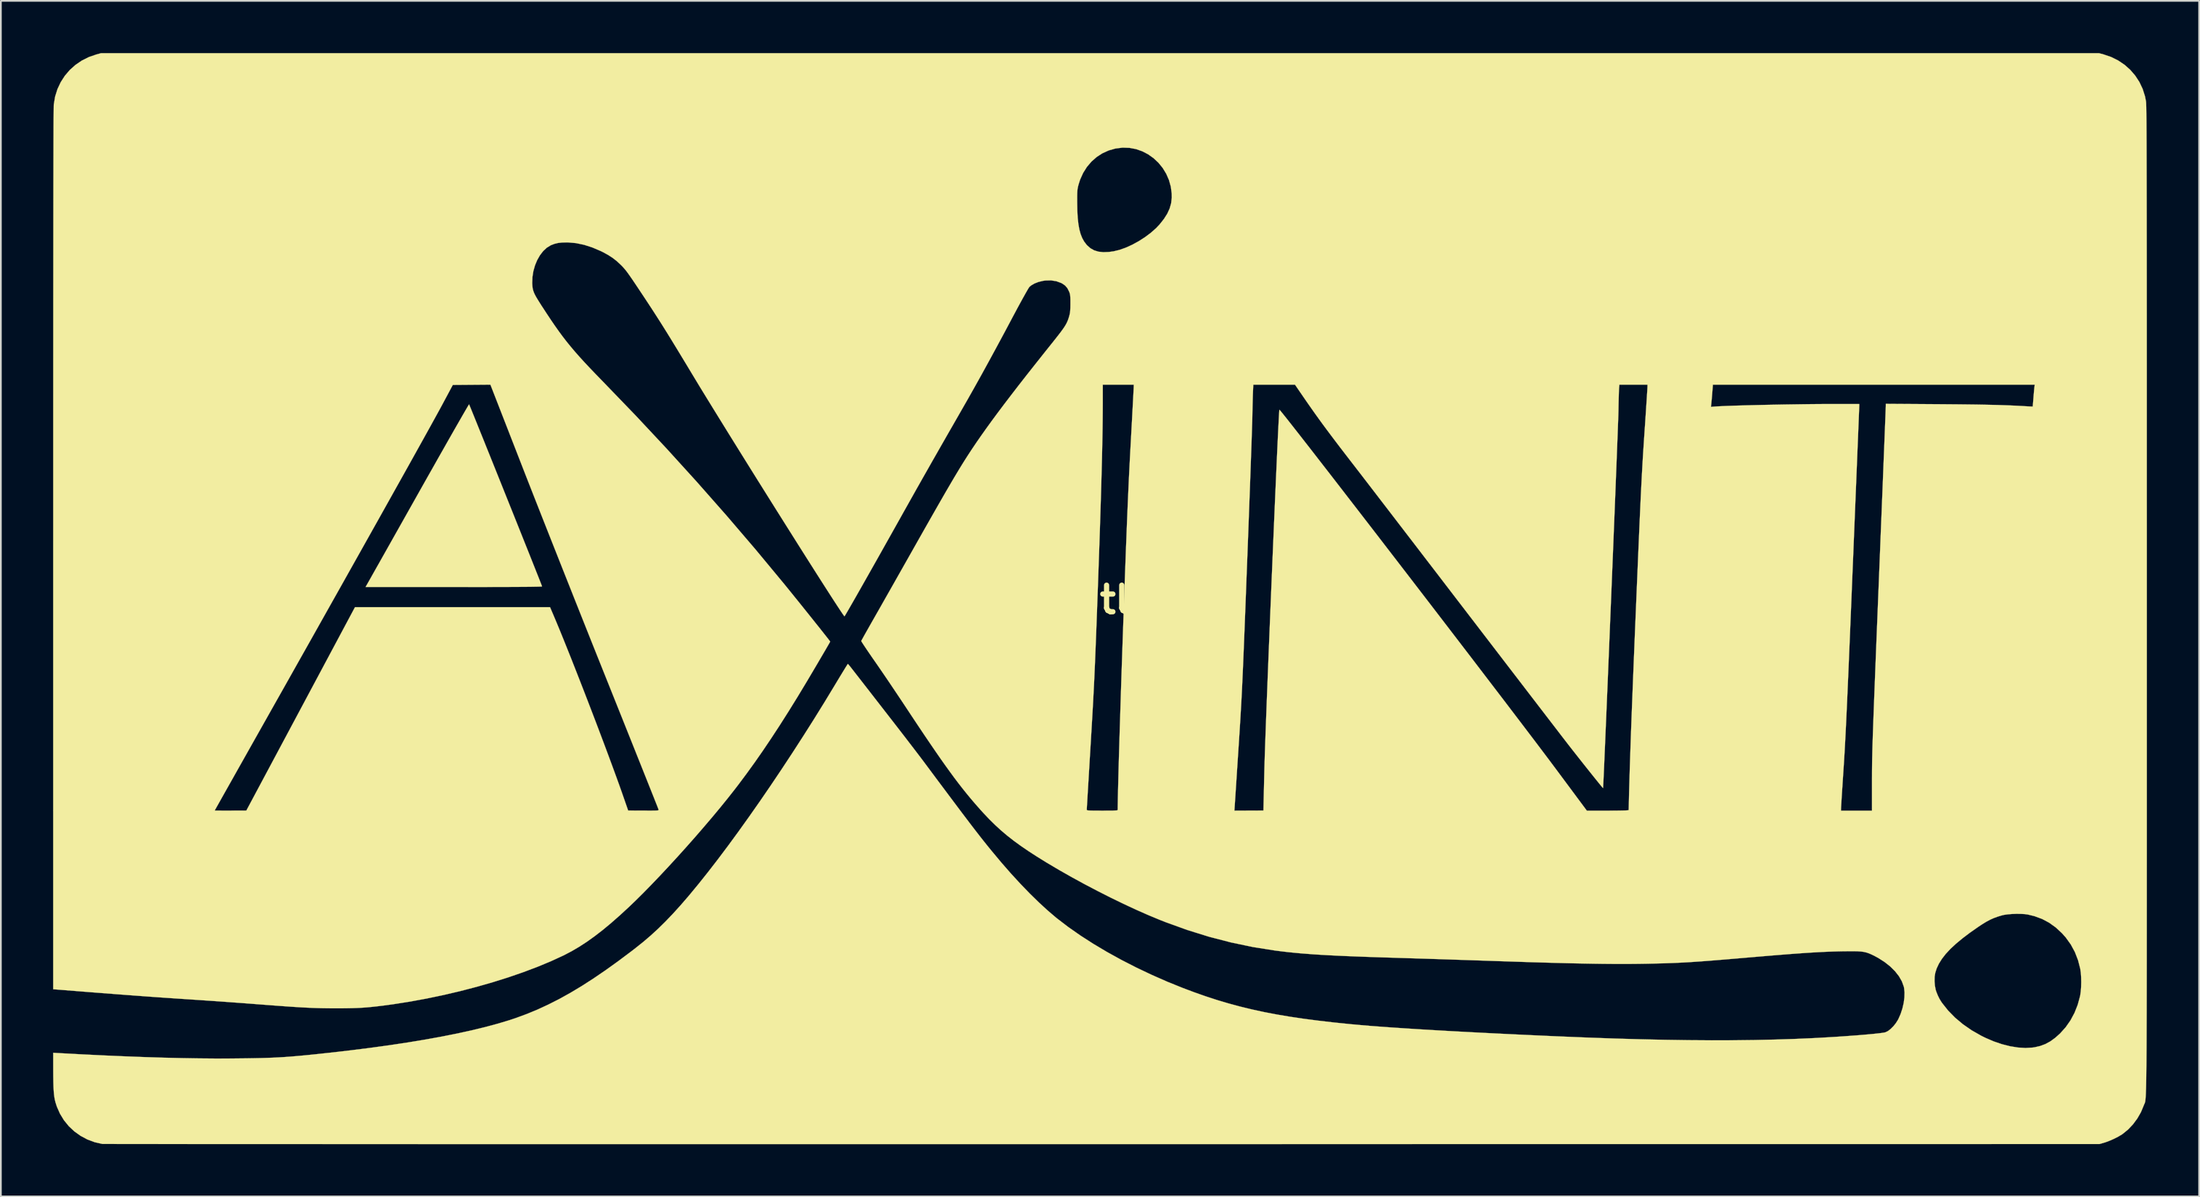
<source format=kicad_pcb>
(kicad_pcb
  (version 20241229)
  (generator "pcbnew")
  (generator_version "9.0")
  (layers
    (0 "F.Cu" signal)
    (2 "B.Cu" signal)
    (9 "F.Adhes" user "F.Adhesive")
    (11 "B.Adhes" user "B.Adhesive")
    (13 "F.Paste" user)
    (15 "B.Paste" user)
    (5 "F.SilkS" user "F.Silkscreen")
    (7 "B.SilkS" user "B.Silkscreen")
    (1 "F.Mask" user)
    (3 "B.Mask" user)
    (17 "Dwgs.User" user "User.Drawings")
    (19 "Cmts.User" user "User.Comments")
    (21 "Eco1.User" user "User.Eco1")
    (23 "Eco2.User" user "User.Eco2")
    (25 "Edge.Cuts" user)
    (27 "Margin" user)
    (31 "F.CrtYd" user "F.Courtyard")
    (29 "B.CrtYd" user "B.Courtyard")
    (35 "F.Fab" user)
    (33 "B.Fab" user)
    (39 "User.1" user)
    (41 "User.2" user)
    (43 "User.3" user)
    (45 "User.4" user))
  (footprint "Untitled"
    (layer "F.Cu")
    (at 60.013 31.39)
    (property "Reference" "Untitled" (at 0 0 0) (layer "F.SilkS") (effects (font (size 1.524 1.524) (thickness 0.3))))
    (attr through_hole)
    (fp_poly (pts (xy -36.116 -11.185) (xy -36.079 -11.098) (xy -36.022 -10.959) (xy -35.946 -10.772) (xy -35.852 -10.54) (xy -35.742 -10.268) (xy -35.617 -9.958) (xy -35.479 -9.616) (xy -35.328 -9.243) (xy -35.168 -8.843) (xy -34.998 -8.422) (xy -34.821 -7.981) (xy -34.638 -7.525) (xy -34.45 -7.057) (xy -34.259 -6.581) (xy -34.067 -6.101) (xy -33.874 -5.619) (xy -33.682 -5.141) (xy -33.493 -4.669) (xy -33.308 -4.207) (xy -33.129 -3.759) (xy -32.957 -3.328) (xy -32.793 -2.918) (xy -32.639 -2.532) (xy -32.497 -2.175) (xy -32.368 -1.85) (xy -32.253 -1.56) (xy -32.153 -1.31) (xy -32.071 -1.102) (xy -32.008 -0.94) (xy -31.964 -0.829) (xy -31.943 -0.771) (xy -31.941 -0.764) (xy -31.965 -0.759) (xy -32.039 -0.754) (xy -32.163 -0.75) (xy -32.34 -0.747) (xy -32.569 -0.743) (xy -32.851 -0.74) (xy -33.189 -0.738) (xy -33.583 -0.736) (xy -34.034 -0.734) (xy -34.544 -0.733) (xy -35.113 -0.732) (xy -35.742 -0.731) (xy -36.433 -0.73) (xy -37.008 -0.73) (xy -42.075 -0.73) (xy -42.015 -0.833) (xy -41.993 -0.871) (xy -41.942 -0.962) (xy -41.863 -1.102) (xy -41.757 -1.289) (xy -41.627 -1.521) (xy -41.473 -1.794) (xy -41.297 -2.105) (xy -41.102 -2.452) (xy -40.887 -2.833) (xy -40.656 -3.243) (xy -40.41 -3.681) (xy -40.149 -4.144) (xy -39.876 -4.629) (xy -39.593 -5.132) (xy -39.3 -5.652) (xy -39.054 -6.089) (xy -38.756 -6.619) (xy -38.466 -7.133) (xy -38.185 -7.629) (xy -37.917 -8.105) (xy -37.66 -8.557) (xy -37.419 -8.983) (xy -37.193 -9.38) (xy -36.985 -9.746) (xy -36.795 -10.078) (xy -36.626 -10.372) (xy -36.479 -10.628) (xy -36.356 -10.841) (xy -36.258 -11.009) (xy -36.187 -11.129) (xy -36.144 -11.199) (xy -36.13 -11.217) (xy -36.116 -11.185)) (stroke (width 0.01) (type solid)) (fill yes) (layer "F.SilkS"))
    (fp_poly (pts (xy 57.713 -31.315) (xy 58.147 -31.168) (xy 58.55 -30.968) (xy 58.917 -30.721) (xy 59.245 -30.43) (xy 59.531 -30.098) (xy 59.77 -29.732) (xy 59.959 -29.333) (xy 60.094 -28.907) (xy 60.151 -28.615) (xy 60.154 -28.592) (xy 60.156 -28.557) (xy 60.159 -28.511) (xy 60.161 -28.45) (xy 60.163 -28.375) (xy 60.166 -28.284) (xy 60.168 -28.176) (xy 60.17 -28.05) (xy 60.172 -27.904) (xy 60.173 -27.738) (xy 60.175 -27.549) (xy 60.177 -27.338) (xy 60.178 -27.102) (xy 60.18 -26.84) (xy 60.181 -26.552) (xy 60.183 -26.236) (xy 60.184 -25.891) (xy 60.185 -25.516) (xy 60.186 -25.109) (xy 60.187 -24.669) (xy 60.188 -24.196) (xy 60.189 -23.687) (xy 60.19 -23.142) (xy 60.191 -22.56) (xy 60.192 -21.939) (xy 60.192 -21.278) (xy 60.193 -20.576) (xy 60.194 -19.832) (xy 60.194 -19.044) (xy 60.195 -18.212) (xy 60.195 -17.333) (xy 60.196 -16.408) (xy 60.196 -15.434) (xy 60.196 -14.411) (xy 60.197 -13.337) (xy 60.197 -12.211) (xy 60.197 -11.032) (xy 60.197 -9.799) (xy 60.197 -8.51) (xy 60.197 -7.165) (xy 60.197 -5.762) (xy 60.198 -4.3) (xy 60.198 -2.777) (xy 60.198 -1.193) (xy 60.198 -0.064) (xy 60.198 1.558) (xy 60.198 3.118) (xy 60.198 4.617) (xy 60.198 6.056) (xy 60.198 7.436) (xy 60.198 8.759) (xy 60.198 10.026) (xy 60.198 11.238) (xy 60.198 12.396) (xy 60.198 13.502) (xy 60.198 14.557) (xy 60.197 15.562) (xy 60.197 16.518) (xy 60.197 17.426) (xy 60.196 18.289) (xy 60.196 19.106) (xy 60.195 19.88) (xy 60.195 20.611) (xy 60.194 21.3) (xy 60.193 21.95) (xy 60.192 22.561) (xy 60.191 23.134) (xy 60.19 23.671) (xy 60.188 24.173) (xy 60.186 24.64) (xy 60.185 25.076) (xy 60.183 25.479) (xy 60.181 25.853) (xy 60.178 26.197) (xy 60.176 26.514) (xy 60.173 26.804) (xy 60.17 27.069) (xy 60.167 27.31) (xy 60.164 27.528) (xy 60.16 27.724) (xy 60.157 27.9) (xy 60.153 28.057) (xy 60.148 28.196) (xy 60.144 28.319) (xy 60.139 28.426) (xy 60.134 28.518) (xy 60.129 28.598) (xy 60.123 28.666) (xy 60.117 28.724) (xy 60.111 28.772) (xy 60.104 28.813) (xy 60.098 28.846) (xy 60.09 28.874) (xy 60.083 28.898) (xy 60.075 28.918) (xy 60.067 28.937) (xy 60.058 28.955) (xy 60.049 28.974) (xy 60.04 28.994) (xy 60.03 29.018) (xy 60.021 29.044) (xy 59.863 29.423) (xy 59.655 29.787) (xy 59.406 30.124) (xy 59.124 30.423) (xy 58.816 30.674) (xy 58.759 30.713) (xy 58.561 30.831) (xy 58.325 30.952) (xy 58.076 31.062) (xy 57.839 31.152) (xy 57.737 31.184) (xy 57.483 31.257) (xy 0.191 31.261) (xy -1.718 31.261) (xy -3.611 31.261) (xy -5.489 31.261) (xy -7.349 31.262) (xy -9.191 31.262) (xy -11.015 31.262) (xy -12.818 31.262) (xy -14.6 31.262) (xy -16.36 31.262) (xy -18.097 31.262) (xy -19.81 31.262) (xy -21.498 31.262) (xy -23.16 31.262) (xy -24.795 31.262) (xy -26.402 31.262) (xy -27.979 31.261) (xy -29.527 31.261) (xy -31.044 31.261) (xy -32.528 31.261) (xy -33.979 31.261) (xy -35.397 31.261) (xy -36.779 31.261) (xy -38.125 31.261) (xy -39.434 31.26) (xy -40.705 31.26) (xy -41.937 31.26) (xy -43.129 31.26) (xy -44.28 31.26) (xy -45.389 31.259) (xy -46.454 31.259) (xy -47.475 31.259) (xy -48.452 31.259) (xy -49.382 31.258) (xy -50.265 31.258) (xy -51.1 31.258) (xy -51.886 31.258) (xy -52.622 31.257) (xy -53.306 31.257) (xy -53.939 31.257) (xy -54.518 31.256) (xy -55.044 31.256) (xy -55.514 31.256) (xy -55.928 31.255) (xy -56.285 31.255) (xy -56.583 31.254) (xy -56.823 31.254) (xy -57.002 31.254) (xy -57.121 31.253) (xy -57.177 31.253) (xy -57.182 31.253) (xy -57.627 31.152) (xy -58.047 30.995) (xy -58.438 30.786) (xy -58.796 30.53) (xy -59.115 30.23) (xy -59.392 29.889) (xy -59.622 29.511) (xy -59.802 29.101) (xy -59.879 28.857) (xy -59.913 28.719) (xy -59.941 28.568) (xy -59.963 28.397) (xy -59.98 28.2) (xy -59.992 27.968) (xy -60 27.695) (xy -60.005 27.372) (xy -60.007 27.003) (xy -60.008 26.019) (xy -59.619 26.04) (xy -58.314 26.11) (xy -57.069 26.171) (xy -55.882 26.222) (xy -54.749 26.265) (xy -53.668 26.299) (xy -52.635 26.323) (xy -51.649 26.339) (xy -50.707 26.347) (xy -49.805 26.346) (xy -49.435 26.342) (xy -48.947 26.337) (xy -48.508 26.33) (xy -48.108 26.322) (xy -47.737 26.311) (xy -47.387 26.298) (xy -47.049 26.281) (xy -46.713 26.261) (xy -46.37 26.236) (xy -46.012 26.206) (xy -45.628 26.171) (xy -45.211 26.13) (xy -44.75 26.082) (xy -44.237 26.026) (xy -44.148 26.017) (xy -42.949 25.879) (xy -41.797 25.734) (xy -40.693 25.582) (xy -39.639 25.423) (xy -38.638 25.257) (xy -37.689 25.085) (xy -36.795 24.907) (xy -35.957 24.723) (xy -35.177 24.533) (xy -34.457 24.338) (xy -33.797 24.139) (xy -33.429 24.016) (xy -32.809 23.787) (xy -32.191 23.531) (xy -31.572 23.244) (xy -30.945 22.926) (xy -30.309 22.572) (xy -29.657 22.181) (xy -28.986 21.749) (xy -28.291 21.275) (xy -27.568 20.756) (xy -26.813 20.19) (xy -26.575 20.006) (xy -26.13 19.651) (xy -25.702 19.285) (xy -25.282 18.9) (xy -24.864 18.489) (xy -24.439 18.046) (xy -24 17.562) (xy -23.54 17.03) (xy -23.476 16.954) (xy -22.956 16.324) (xy -22.411 15.64) (xy -21.845 14.908) (xy -21.262 14.132) (xy -20.664 13.315) (xy -20.055 12.463) (xy -19.437 11.581) (xy -18.814 10.672) (xy -18.188 9.74) (xy -17.563 8.791) (xy -16.942 7.829) (xy -16.327 6.858) (xy -15.723 5.883) (xy -15.145 4.929) (xy -14.992 4.675) (xy -14.849 4.438) (xy -14.719 4.224) (xy -14.605 4.038) (xy -14.512 3.886) (xy -14.441 3.774) (xy -14.397 3.705) (xy -14.383 3.686) (xy -14.358 3.71) (xy -14.303 3.774) (xy -14.229 3.865) (xy -14.177 3.931) (xy -13.666 4.587) (xy -13.193 5.195) (xy -12.757 5.757) (xy -12.356 6.273) (xy -11.989 6.746) (xy -11.654 7.177) (xy -11.352 7.568) (xy -11.079 7.921) (xy -10.836 8.238) (xy -10.62 8.519) (xy -10.431 8.767) (xy -10.266 8.983) (xy -10.126 9.169) (xy -10.025 9.303) (xy -9.617 9.851) (xy -9.244 10.352) (xy -8.903 10.807) (xy -8.594 11.221) (xy -8.313 11.596) (xy -8.058 11.936) (xy -7.827 12.244) (xy -7.616 12.522) (xy -7.425 12.775) (xy -7.25 13.004) (xy -7.089 13.213) (xy -6.94 13.406) (xy -6.801 13.585) (xy -6.668 13.754) (xy -6.54 13.915) (xy -6.415 14.072) (xy -6.289 14.228) (xy -6.16 14.386) (xy -6.111 14.446) (xy -5.561 15.104) (xy -5.012 15.732) (xy -4.467 16.325) (xy -3.93 16.88) (xy -3.407 17.391) (xy -2.902 17.854) (xy -2.419 18.265) (xy -2.365 18.308) (xy -1.729 18.795) (xy -1.036 19.28) (xy -0.292 19.759) (xy 0.496 20.228) (xy 1.324 20.685) (xy 2.183 21.125) (xy 3.068 21.545) (xy 3.973 21.943) (xy 4.829 22.289) (xy 5.501 22.542) (xy 6.163 22.775) (xy 6.82 22.989) (xy 7.48 23.185) (xy 8.147 23.365) (xy 8.828 23.53) (xy 9.53 23.682) (xy 10.258 23.821) (xy 11.019 23.949) (xy 11.818 24.067) (xy 12.662 24.177) (xy 13.557 24.28) (xy 14.508 24.377) (xy 14.557 24.382) (xy 15.045 24.426) (xy 15.593 24.472) (xy 16.202 24.518) (xy 16.868 24.566) (xy 17.589 24.614) (xy 18.364 24.664) (xy 19.191 24.713) (xy 20.068 24.764) (xy 20.992 24.814) (xy 21.963 24.865) (xy 22.977 24.916) (xy 24.033 24.967) (xy 25.129 25.018) (xy 26.263 25.069) (xy 26.543 25.081) (xy 28.131 25.146) (xy 29.659 25.2) (xy 31.128 25.242) (xy 32.541 25.273) (xy 33.901 25.293) (xy 35.209 25.302) (xy 36.468 25.299) (xy 37.679 25.285) (xy 38.845 25.259) (xy 39.968 25.223) (xy 41.021 25.177) (xy 41.455 25.154) (xy 41.89 25.129) (xy 42.32 25.103) (xy 42.74 25.075) (xy 43.144 25.046) (xy 43.528 25.018) (xy 43.886 24.989) (xy 44.212 24.96) (xy 44.502 24.933) (xy 44.751 24.906) (xy 44.952 24.882) (xy 45.101 24.86) (xy 45.192 24.84) (xy 45.196 24.838) (xy 45.337 24.769) (xy 45.489 24.651) (xy 45.643 24.498) (xy 45.786 24.32) (xy 45.907 24.13) (xy 45.932 24.082) (xy 46.062 23.788) (xy 46.165 23.474) (xy 46.239 23.154) (xy 46.28 22.841) (xy 46.288 22.547) (xy 46.26 22.287) (xy 46.244 22.216) (xy 46.135 21.917) (xy 46.128 21.904) (xy 48.009 21.904) (xy 48.03 22.162) (xy 48.076 22.401) (xy 48.115 22.521) (xy 48.201 22.733) (xy 48.286 22.907) (xy 48.382 23.066) (xy 48.443 23.157) (xy 48.789 23.593) (xy 49.189 24.002) (xy 49.643 24.382) (xy 50.145 24.729) (xy 50.694 25.042) (xy 50.929 25.158) (xy 51.405 25.363) (xy 51.881 25.525) (xy 52.348 25.643) (xy 52.801 25.716) (xy 53.231 25.742) (xy 53.631 25.719) (xy 53.768 25.699) (xy 54.086 25.625) (xy 54.38 25.514) (xy 54.659 25.361) (xy 54.936 25.16) (xy 55.221 24.905) (xy 55.225 24.9) (xy 55.54 24.55) (xy 55.815 24.156) (xy 56.046 23.725) (xy 56.229 23.264) (xy 56.36 22.783) (xy 56.374 22.717) (xy 56.405 22.497) (xy 56.425 22.237) (xy 56.432 21.958) (xy 56.426 21.68) (xy 56.409 21.423) (xy 56.378 21.207) (xy 56.378 21.203) (xy 56.249 20.7) (xy 56.068 20.232) (xy 55.833 19.798) (xy 55.544 19.396) (xy 55.328 19.153) (xy 54.972 18.822) (xy 54.592 18.549) (xy 54.186 18.333) (xy 53.75 18.172) (xy 53.365 18.078) (xy 53.181 18.053) (xy 52.956 18.041) (xy 52.708 18.039) (xy 52.456 18.048) (xy 52.218 18.067) (xy 52.012 18.096) (xy 51.895 18.122) (xy 51.643 18.197) (xy 51.415 18.28) (xy 51.197 18.377) (xy 50.974 18.497) (xy 50.73 18.647) (xy 50.521 18.786) (xy 50.035 19.126) (xy 49.608 19.45) (xy 49.236 19.759) (xy 48.917 20.056) (xy 48.65 20.344) (xy 48.432 20.625) (xy 48.259 20.902) (xy 48.131 21.176) (xy 48.05 21.431) (xy 48.015 21.652) (xy 48.009 21.904) (xy 46.128 21.904) (xy 45.967 21.622) (xy 45.743 21.336) (xy 45.469 21.064) (xy 45.148 20.809) (xy 44.785 20.576) (xy 44.546 20.447) (xy 44.382 20.368) (xy 44.236 20.306) (xy 44.096 20.259) (xy 43.952 20.225) (xy 43.791 20.203) (xy 43.603 20.19) (xy 43.376 20.185) (xy 43.099 20.185) (xy 43.037 20.186) (xy 42.752 20.189) (xy 42.469 20.195) (xy 42.183 20.203) (xy 41.89 20.214) (xy 41.584 20.227) (xy 41.262 20.244) (xy 40.917 20.264) (xy 40.545 20.288) (xy 40.142 20.317) (xy 39.702 20.349) (xy 39.221 20.387) (xy 38.693 20.43) (xy 38.115 20.478) (xy 37.48 20.532) (xy 37.148 20.56) (xy 36.579 20.609) (xy 36.068 20.652) (xy 35.607 20.69) (xy 35.191 20.724) (xy 34.813 20.753) (xy 34.466 20.778) (xy 34.145 20.8) (xy 33.843 20.819) (xy 33.554 20.835) (xy 33.271 20.849) (xy 32.989 20.861) (xy 32.7 20.871) (xy 32.399 20.881) (xy 32.08 20.889) (xy 31.833 20.896) (xy 31.456 20.904) (xy 31.074 20.91) (xy 30.683 20.914) (xy 30.28 20.916) (xy 29.861 20.916) (xy 29.422 20.914) (xy 28.96 20.91) (xy 28.471 20.903) (xy 27.953 20.894) (xy 27.4 20.883) (xy 26.811 20.869) (xy 26.181 20.853) (xy 25.507 20.834) (xy 24.785 20.813) (xy 24.012 20.788) (xy 23.184 20.761) (xy 22.298 20.731) (xy 21.86 20.716) (xy 21.434 20.702) (xy 20.956 20.686) (xy 20.439 20.669) (xy 19.894 20.651) (xy 19.334 20.633) (xy 18.77 20.615) (xy 18.216 20.598) (xy 17.681 20.581) (xy 17.179 20.566) (xy 16.939 20.558) (xy 16.191 20.535) (xy 15.503 20.512) (xy 14.869 20.489) (xy 14.285 20.466) (xy 13.746 20.442) (xy 13.249 20.417) (xy 12.789 20.391) (xy 12.36 20.364) (xy 11.96 20.334) (xy 11.582 20.304) (xy 11.224 20.27) (xy 10.879 20.235) (xy 10.544 20.196) (xy 10.215 20.155) (xy 10.128 20.143) (xy 8.868 19.943) (xy 7.613 19.68) (xy 6.362 19.356) (xy 5.112 18.968) (xy 3.864 18.517) (xy 3.525 18.384) (xy 2.87 18.112) (xy 2.176 17.805) (xy 1.452 17.469) (xy 0.709 17.108) (xy -0.043 16.727) (xy -0.794 16.333) (xy -1.533 15.929) (xy -2.252 15.521) (xy -2.939 15.114) (xy -2.983 15.088) (xy -3.522 14.754) (xy -4.01 14.438) (xy -4.454 14.135) (xy -4.86 13.839) (xy -5.237 13.544) (xy -5.591 13.244) (xy -5.929 12.934) (xy -6.26 12.608) (xy -6.589 12.261) (xy -6.694 12.145) (xy -6.765 12.065) (xy -0.667 12.065) (xy -0.66 12.079) (xy -0.635 12.09) (xy -0.584 12.099) (xy -0.502 12.105) (xy -0.382 12.109) (xy -0.217 12.111) (xy -0.001 12.112) (xy 0.222 12.113) (xy 7.811 12.113) (xy 7.841 12.113) (xy 7.927 12.112) (xy 8.059 12.112) (xy 8.23 12.111) (xy 8.431 12.11) (xy 8.644 12.109) (xy 9.477 12.106) (xy 9.531 9.792) (xy 9.537 9.573) (xy 9.545 9.303) (xy 9.555 8.984) (xy 9.567 8.619) (xy 9.581 8.212) (xy 9.597 7.765) (xy 9.615 7.28) (xy 9.634 6.761) (xy 9.655 6.21) (xy 9.677 5.631) (xy 9.701 5.027) (xy 9.725 4.399) (xy 9.751 3.751) (xy 9.777 3.086) (xy 9.805 2.407) (xy 9.833 1.716) (xy 9.861 1.017) (xy 9.89 0.312) (xy 9.919 -0.396) (xy 9.948 -1.104) (xy 9.978 -1.809) (xy 10.007 -2.508) (xy 10.036 -3.199) (xy 10.065 -3.878) (xy 10.093 -4.543) (xy 10.121 -5.191) (xy 10.148 -5.819) (xy 10.175 -6.424) (xy 10.2 -7.003) (xy 10.225 -7.554) (xy 10.248 -8.074) (xy 10.27 -8.559) (xy 10.291 -9.007) (xy 10.31 -9.414) (xy 10.328 -9.779) (xy 10.344 -10.099) (xy 10.358 -10.369) (xy 10.37 -10.589) (xy 10.38 -10.754) (xy 10.387 -10.861) (xy 10.393 -10.909) (xy 10.394 -10.911) (xy 10.416 -10.89) (xy 10.476 -10.821) (xy 10.571 -10.705) (xy 10.699 -10.545) (xy 10.861 -10.342) (xy 11.053 -10.098) (xy 11.274 -9.816) (xy 11.524 -9.498) (xy 11.799 -9.145) (xy 12.1 -8.76) (xy 12.423 -8.344) (xy 12.768 -7.899) (xy 13.134 -7.428) (xy 13.518 -6.932) (xy 13.919 -6.414) (xy 14.335 -5.875) (xy 14.766 -5.318) (xy 15.209 -4.744) (xy 15.663 -4.156) (xy 16.126 -3.555) (xy 16.597 -2.943) (xy 17.075 -2.323) (xy 17.557 -1.696) (xy 18.043 -1.064) (xy 18.53 -0.43) (xy 19.018 0.205) (xy 19.504 0.838) (xy 19.987 1.468) (xy 20.466 2.093) (xy 20.939 2.71) (xy 21.405 3.318) (xy 21.861 3.915) (xy 22.307 4.499) (xy 22.741 5.067) (xy 23.162 5.617) (xy 23.567 6.149) (xy 23.955 6.659) (xy 24.326 7.146) (xy 24.676 7.608) (xy 25.006 8.042) (xy 25.312 8.447) (xy 25.594 8.821) (xy 25.851 9.162) (xy 26.079 9.467) (xy 26.279 9.735) (xy 26.288 9.747) (xy 28.046 12.113) (xy 29.247 12.113) (xy 29.59 12.112) (xy 29.878 12.109) (xy 30.109 12.105) (xy 30.282 12.1) (xy 30.394 12.092) (xy 30.446 12.084) (xy 30.449 12.081) (xy 30.458 11.676) (xy 30.468 11.251) (xy 30.479 10.804) (xy 30.493 10.332) (xy 30.508 9.833) (xy 30.525 9.302) (xy 30.544 8.739) (xy 30.564 8.14) (xy 30.587 7.501) (xy 30.612 6.822) (xy 30.64 6.098) (xy 30.67 5.327) (xy 30.702 4.507) (xy 30.737 3.634) (xy 30.775 2.706) (xy 30.815 1.72) (xy 30.859 0.674) (xy 30.86 0.651) (xy 30.895 -0.195) (xy 30.928 -0.982) (xy 30.959 -1.711) (xy 30.987 -2.387) (xy 31.014 -3.013) (xy 31.039 -3.591) (xy 31.062 -4.126) (xy 31.084 -4.621) (xy 31.105 -5.079) (xy 31.124 -5.503) (xy 31.142 -5.896) (xy 31.16 -6.263) (xy 31.177 -6.606) (xy 31.194 -6.928) (xy 31.21 -7.233) (xy 31.226 -7.524) (xy 31.242 -7.805) (xy 31.258 -8.078) (xy 31.274 -8.347) (xy 31.291 -8.616) (xy 31.309 -8.887) (xy 31.327 -9.164) (xy 31.346 -9.451) (xy 31.352 -9.541) (xy 31.38 -9.942) (xy 31.406 -10.327) (xy 31.43 -10.69) (xy 31.452 -11.027) (xy 31.455 -11.074) (xy 35.17 -11.074) (xy 35.405 -11.094) (xy 35.566 -11.104) (xy 35.786 -11.115) (xy 36.057 -11.127) (xy 36.374 -11.138) (xy 36.732 -11.15) (xy 37.125 -11.161) (xy 37.546 -11.172) (xy 37.99 -11.183) (xy 38.451 -11.193) (xy 38.924 -11.202) (xy 39.403 -11.211) (xy 39.882 -11.218) (xy 40.354 -11.225) (xy 40.815 -11.231) (xy 41.259 -11.235) (xy 41.679 -11.238) (xy 42.071 -11.239) (xy 42.156 -11.239) (xy 43.688 -11.239) (xy 43.688 -11.161) (xy 43.687 -11.123) (xy 43.683 -11.024) (xy 43.677 -10.867) (xy 43.668 -10.654) (xy 43.658 -10.388) (xy 43.645 -10.07) (xy 43.63 -9.704) (xy 43.614 -9.292) (xy 43.595 -8.837) (xy 43.575 -8.341) (xy 43.554 -7.806) (xy 43.53 -7.236) (xy 43.506 -6.632) (xy 43.48 -5.998) (xy 43.453 -5.334) (xy 43.425 -4.646) (xy 43.396 -3.933) (xy 43.366 -3.2) (xy 43.336 -2.448) (xy 43.307 -1.755) (xy 43.268 -0.8) (xy 43.232 0.095) (xy 43.197 0.932) (xy 43.165 1.713) (xy 43.135 2.441) (xy 43.106 3.119) (xy 43.08 3.749) (xy 43.055 4.335) (xy 43.031 4.879) (xy 43.009 5.382) (xy 42.989 5.849) (xy 42.969 6.282) (xy 42.95 6.683) (xy 42.933 7.055) (xy 42.916 7.401) (xy 42.9 7.724) (xy 42.884 8.025) (xy 42.869 8.308) (xy 42.854 8.575) (xy 42.84 8.829) (xy 42.825 9.073) (xy 42.811 9.309) (xy 42.796 9.54) (xy 42.783 9.731) (xy 42.759 10.099) (xy 42.736 10.449) (xy 42.715 10.778) (xy 42.695 11.079) (xy 42.678 11.348) (xy 42.664 11.578) (xy 42.653 11.764) (xy 42.645 11.9) (xy 42.641 11.982) (xy 42.64 12.002) (xy 42.64 12.113) (xy 44.418 12.113) (xy 44.418 10.422) (xy 44.418 10.258) (xy 44.419 10.1) (xy 44.419 9.945) (xy 44.42 9.791) (xy 44.422 9.635) (xy 44.424 9.474) (xy 44.426 9.306) (xy 44.429 9.129) (xy 44.434 8.94) (xy 44.438 8.737) (xy 44.444 8.518) (xy 44.451 8.279) (xy 44.46 8.019) (xy 44.469 7.734) (xy 44.48 7.424) (xy 44.492 7.084) (xy 44.505 6.713) (xy 44.52 6.308) (xy 44.537 5.866) (xy 44.555 5.386) (xy 44.576 4.865) (xy 44.598 4.3) (xy 44.622 3.689) (xy 44.648 3.03) (xy 44.676 2.319) (xy 44.707 1.555) (xy 44.74 0.735) (xy 44.775 -0.144) (xy 44.813 -1.083) (xy 44.815 -1.146) (xy 44.847 -1.934) (xy 44.878 -2.707) (xy 44.908 -3.462) (xy 44.937 -4.196) (xy 44.966 -4.907) (xy 44.993 -5.592) (xy 45.02 -6.249) (xy 45.045 -6.875) (xy 45.068 -7.469) (xy 45.09 -8.027) (xy 45.111 -8.547) (xy 45.13 -9.027) (xy 45.147 -9.465) (xy 45.163 -9.857) (xy 45.176 -10.201) (xy 45.188 -10.496) (xy 45.197 -10.737) (xy 45.204 -10.924) (xy 45.209 -11.054) (xy 45.212 -11.124) (xy 45.212 -11.135) (xy 45.212 -11.249) (xy 48.109 -11.23) (xy 48.762 -11.225) (xy 49.357 -11.22) (xy 49.898 -11.214) (xy 50.392 -11.208) (xy 50.843 -11.2) (xy 51.257 -11.191) (xy 51.639 -11.182) (xy 51.994 -11.17) (xy 52.328 -11.158) (xy 52.645 -11.144) (xy 52.95 -11.128) (xy 53.181 -11.115) (xy 53.344 -11.106) (xy 53.483 -11.098) (xy 53.585 -11.094) (xy 53.64 -11.092) (xy 53.646 -11.092) (xy 53.65 -11.124) (xy 53.657 -11.207) (xy 53.668 -11.331) (xy 53.68 -11.485) (xy 53.686 -11.557) (xy 53.7 -11.738) (xy 53.715 -11.911) (xy 53.728 -12.059) (xy 53.739 -12.166) (xy 53.741 -12.184) (xy 53.762 -12.351) (xy 44.523 -12.351) (xy 35.284 -12.351) (xy 35.246 -11.867) (xy 35.231 -11.684) (xy 35.216 -11.51) (xy 35.202 -11.362) (xy 35.192 -11.255) (xy 35.189 -11.228) (xy 35.17 -11.074) (xy 31.455 -11.074) (xy 31.472 -11.333) (xy 31.49 -11.603) (xy 31.504 -11.831) (xy 31.516 -12.013) (xy 31.523 -12.144) (xy 31.527 -12.218) (xy 31.528 -12.232) (xy 31.528 -12.351) (xy 29.914 -12.351) (xy 29.896 -12.152) (xy 29.892 -12.073) (xy 29.886 -11.94) (xy 29.881 -11.761) (xy 29.875 -11.545) (xy 29.869 -11.303) (xy 29.864 -11.043) (xy 29.861 -10.858) (xy 29.858 -10.762) (xy 29.854 -10.608) (xy 29.847 -10.399) (xy 29.837 -10.138) (xy 29.826 -9.828) (xy 29.813 -9.471) (xy 29.797 -9.071) (xy 29.78 -8.63) (xy 29.762 -8.15) (xy 29.742 -7.636) (xy 29.72 -7.089) (xy 29.698 -6.512) (xy 29.674 -5.908) (xy 29.649 -5.28) (xy 29.623 -4.632) (xy 29.596 -3.964) (xy 29.569 -3.281) (xy 29.541 -2.585) (xy 29.512 -1.88) (xy 29.483 -1.167) (xy 29.454 -0.449) (xy 29.425 0.27) (xy 29.395 0.988) (xy 29.366 1.702) (xy 29.337 2.409) (xy 29.309 3.106) (xy 29.28 3.791) (xy 29.253 4.461) (xy 29.226 5.112) (xy 29.199 5.743) (xy 29.174 6.35) (xy 29.15 6.931) (xy 29.126 7.482) (xy 29.104 8.002) (xy 29.084 8.486) (xy 29.064 8.933) (xy 29.047 9.34) (xy 29.031 9.703) (xy 29.017 10.02) (xy 29.005 10.288) (xy 28.994 10.504) (xy 28.986 10.666) (xy 28.981 10.771) (xy 28.977 10.815) (xy 28.977 10.816) (xy 28.955 10.795) (xy 28.899 10.728) (xy 28.81 10.622) (xy 28.695 10.48) (xy 28.556 10.308) (xy 28.397 10.11) (xy 28.223 9.892) (xy 28.037 9.659) (xy 27.843 9.415) (xy 27.646 9.166) (xy 27.449 8.915) (xy 27.255 8.669) (xy 27.07 8.432) (xy 27.02 8.369) (xy 26.957 8.287) (xy 26.857 8.157) (xy 26.721 7.981) (xy 26.552 7.762) (xy 26.352 7.501) (xy 26.122 7.201) (xy 25.863 6.865) (xy 25.579 6.494) (xy 25.269 6.091) (xy 24.937 5.658) (xy 24.583 5.197) (xy 24.211 4.711) (xy 23.82 4.202) (xy 23.414 3.673) (xy 22.993 3.124) (xy 22.561 2.56) (xy 22.117 1.981) (xy 21.665 1.391) (xy 21.205 0.792) (xy 21.099 0.653) (xy 20.633 0.046) (xy 20.172 -0.556) (xy 19.717 -1.15) (xy 19.27 -1.733) (xy 18.833 -2.302) (xy 18.408 -2.857) (xy 17.997 -3.393) (xy 17.601 -3.908) (xy 17.223 -4.401) (xy 16.865 -4.868) (xy 16.528 -5.307) (xy 16.214 -5.715) (xy 15.926 -6.091) (xy 15.664 -6.432) (xy 15.432 -6.734) (xy 15.23 -6.996) (xy 15.061 -7.216) (xy 14.927 -7.39) (xy 14.829 -7.516) (xy 14.823 -7.525) (xy 14.46 -7.995) (xy 14.132 -8.421) (xy 13.834 -8.809) (xy 13.564 -9.165) (xy 13.316 -9.494) (xy 13.086 -9.802) (xy 12.869 -10.095) (xy 12.663 -10.379) (xy 12.461 -10.66) (xy 12.261 -10.943) (xy 12.057 -11.234) (xy 11.845 -11.54) (xy 11.685 -11.773) (xy 11.289 -12.351) (xy 10.093 -12.351) (xy 8.896 -12.351) (xy 8.878 -11.962) (xy 8.873 -11.831) (xy 8.867 -11.648) (xy 8.861 -11.425) (xy 8.854 -11.174) (xy 8.848 -10.906) (xy 8.843 -10.633) (xy 8.841 -10.541) (xy 8.838 -10.412) (xy 8.833 -10.224) (xy 8.825 -9.978) (xy 8.816 -9.679) (xy 8.804 -9.33) (xy 8.791 -8.934) (xy 8.775 -8.494) (xy 8.758 -8.015) (xy 8.74 -7.498) (xy 8.72 -6.948) (xy 8.699 -6.367) (xy 8.676 -5.76) (xy 8.653 -5.128) (xy 8.629 -4.477) (xy 8.604 -3.808) (xy 8.578 -3.126) (xy 8.552 -2.434) (xy 8.539 -2.095) (xy 8.507 -1.282) (xy 8.479 -0.529) (xy 8.452 0.168) (xy 8.427 0.812) (xy 8.404 1.407) (xy 8.382 1.956) (xy 8.362 2.462) (xy 8.343 2.931) (xy 8.325 3.364) (xy 8.308 3.765) (xy 8.292 4.139) (xy 8.276 4.488) (xy 8.261 4.816) (xy 8.247 5.127) (xy 8.232 5.424) (xy 8.217 5.71) (xy 8.202 5.99) (xy 8.186 6.267) (xy 8.17 6.544) (xy 8.154 6.824) (xy 8.136 7.113) (xy 8.117 7.412) (xy 8.097 7.726) (xy 8.076 8.057) (xy 8.053 8.411) (xy 8.033 8.715) (xy 8.003 9.174) (xy 7.974 9.614) (xy 7.947 10.031) (xy 7.922 10.423) (xy 7.898 10.784) (xy 7.877 11.11) (xy 7.858 11.398) (xy 7.842 11.642) (xy 7.829 11.84) (xy 7.819 11.988) (xy 7.813 12.08) (xy 7.811 12.113) (xy 7.811 12.113) (xy 0.222 12.113) (xy 0.483 12.112) (xy 0.687 12.112) (xy 0.841 12.11) (xy 0.952 12.106) (xy 1.028 12.101) (xy 1.075 12.093) (xy 1.1 12.082) (xy 1.11 12.067) (xy 1.111 12.049) (xy 1.112 11.873) (xy 1.116 11.637) (xy 1.121 11.344) (xy 1.129 10.997) (xy 1.139 10.598) (xy 1.15 10.151) (xy 1.163 9.659) (xy 1.178 9.125) (xy 1.195 8.552) (xy 1.213 7.943) (xy 1.233 7.302) (xy 1.254 6.631) (xy 1.276 5.933) (xy 1.299 5.211) (xy 1.323 4.469) (xy 1.349 3.71) (xy 1.375 2.936) (xy 1.402 2.151) (xy 1.43 1.357) (xy 1.446 0.905) (xy 1.476 0.042) (xy 1.505 -0.761) (xy 1.532 -1.509) (xy 1.558 -2.206) (xy 1.582 -2.857) (xy 1.606 -3.464) (xy 1.628 -4.033) (xy 1.649 -4.567) (xy 1.67 -5.072) (xy 1.69 -5.55) (xy 1.71 -6.006) (xy 1.73 -6.444) (xy 1.749 -6.868) (xy 1.769 -7.283) (xy 1.79 -7.693) (xy 1.811 -8.101) (xy 1.833 -8.512) (xy 1.855 -8.93) (xy 1.858 -8.975) (xy 1.882 -9.42) (xy 1.905 -9.849) (xy 1.928 -10.257) (xy 1.948 -10.64) (xy 1.967 -10.992) (xy 1.984 -11.311) (xy 1.999 -11.59) (xy 2.011 -11.827) (xy 2.021 -12.016) (xy 2.028 -12.153) (xy 2.031 -12.233) (xy 2.032 -12.253) (xy 2.032 -12.351) (xy 0.254 -12.351) (xy 0.254 -11.247) (xy 0.252 -10.826) (xy 0.248 -10.363) (xy 0.242 -9.856) (xy 0.232 -9.305) (xy 0.22 -8.708) (xy 0.206 -8.062) (xy 0.188 -7.367) (xy 0.167 -6.621) (xy 0.144 -5.821) (xy 0.117 -4.967) (xy 0.088 -4.057) (xy 0.055 -3.088) (xy 0.019 -2.06) (xy -0.019 -0.971) (xy -0.032 -0.619) (xy -0.058 0.093) (xy -0.082 0.746) (xy -0.104 1.347) (xy -0.125 1.901) (xy -0.145 2.413) (xy -0.164 2.888) (xy -0.182 3.332) (xy -0.199 3.75) (xy -0.217 4.148) (xy -0.234 4.53) (xy -0.252 4.903) (xy -0.271 5.272) (xy -0.29 5.641) (xy -0.31 6.017) (xy -0.332 6.405) (xy -0.355 6.81) (xy -0.38 7.238) (xy -0.407 7.693) (xy -0.436 8.182) (xy -0.445 8.334) (xy -0.474 8.813) (xy -0.502 9.274) (xy -0.528 9.714) (xy -0.553 10.129) (xy -0.576 10.514) (xy -0.597 10.866) (xy -0.616 11.181) (xy -0.632 11.454) (xy -0.645 11.682) (xy -0.656 11.861) (xy -0.663 11.986) (xy -0.666 12.054) (xy -0.667 12.065) (xy -6.765 12.065) (xy -6.924 11.887) (xy -7.148 11.63) (xy -7.369 11.369) (xy -7.59 11.1) (xy -7.812 10.822) (xy -8.04 10.529) (xy -8.275 10.218) (xy -8.519 9.885) (xy -8.777 9.528) (xy -9.05 9.142) (xy -9.34 8.723) (xy -9.651 8.268) (xy -9.986 7.774) (xy -10.346 7.237) (xy -10.734 6.653) (xy -11.134 6.048) (xy -11.346 5.729) (xy -11.576 5.385) (xy -11.817 5.026) (xy -12.06 4.665) (xy -12.298 4.315) (xy -12.523 3.986) (xy -12.726 3.691) (xy -12.84 3.527) (xy -13.005 3.29) (xy -13.157 3.068) (xy -13.294 2.867) (xy -13.411 2.692) (xy -13.505 2.55) (xy -13.572 2.445) (xy -13.609 2.383) (xy -13.614 2.368) (xy -13.597 2.335) (xy -13.551 2.251) (xy -13.48 2.123) (xy -13.387 1.956) (xy -13.273 1.755) (xy -13.143 1.525) (xy -13 1.272) (xy -12.845 1.001) (xy -12.791 0.905) (xy -12.62 0.606) (xy -12.425 0.262) (xy -12.211 -0.116) (xy -11.983 -0.517) (xy -11.749 -0.93) (xy -11.514 -1.346) (xy -11.284 -1.752) (xy -11.065 -2.139) (xy -10.937 -2.365) (xy -10.573 -3.009) (xy -10.239 -3.6) (xy -9.932 -4.142) (xy -9.65 -4.638) (xy -9.392 -5.091) (xy -9.156 -5.504) (xy -8.94 -5.88) (xy -8.743 -6.222) (xy -8.561 -6.533) (xy -8.395 -6.817) (xy -8.242 -7.076) (xy -8.099 -7.314) (xy -7.966 -7.534) (xy -7.841 -7.738) (xy -7.721 -7.931) (xy -7.605 -8.114) (xy -7.493 -8.289) (xy -7.253 -8.655) (xy -6.997 -9.035) (xy -6.722 -9.431) (xy -6.427 -9.847) (xy -6.11 -10.285) (xy -5.767 -10.749) (xy -5.397 -11.241) (xy -4.997 -11.765) (xy -4.567 -12.323) (xy -4.102 -12.918) (xy -3.601 -13.552) (xy -3.063 -14.23) (xy -2.688 -14.699) (xy -2.473 -14.969) (xy -2.295 -15.196) (xy -2.148 -15.387) (xy -2.03 -15.55) (xy -1.936 -15.689) (xy -1.862 -15.812) (xy -1.803 -15.926) (xy -1.755 -16.036) (xy -1.715 -16.149) (xy -1.678 -16.272) (xy -1.648 -16.384) (xy -1.628 -16.492) (xy -1.615 -16.609) (xy -1.608 -16.753) (xy -1.605 -16.938) (xy -1.605 -17.018) (xy -1.605 -17.212) (xy -1.609 -17.356) (xy -1.617 -17.463) (xy -1.63 -17.547) (xy -1.651 -17.622) (xy -1.679 -17.695) (xy -1.778 -17.891) (xy -1.906 -18.041) (xy -2.076 -18.159) (xy -2.138 -18.191) (xy -2.415 -18.292) (xy -2.72 -18.339) (xy -3.041 -18.331) (xy -3.178 -18.312) (xy -3.436 -18.25) (xy -3.665 -18.162) (xy -3.852 -18.054) (xy -3.958 -17.964) (xy -3.992 -17.917) (xy -4.052 -17.819) (xy -4.135 -17.675) (xy -4.238 -17.492) (xy -4.359 -17.275) (xy -4.493 -17.03) (xy -4.639 -16.762) (xy -4.791 -16.476) (xy -4.875 -16.32) (xy -5.368 -15.392) (xy -5.838 -14.519) (xy -6.285 -13.696) (xy -6.712 -12.918) (xy -7.122 -12.183) (xy -7.516 -11.485) (xy -7.684 -11.192) (xy -8.018 -10.608) (xy -8.324 -10.074) (xy -8.605 -9.585) (xy -8.862 -9.135) (xy -9.099 -8.721) (xy -9.318 -8.336) (xy -9.524 -7.976) (xy -9.717 -7.635) (xy -9.902 -7.309) (xy -10.082 -6.993) (xy -10.258 -6.68) (xy -10.435 -6.368) (xy -10.614 -6.049) (xy -10.799 -5.72) (xy -10.992 -5.375) (xy -11.198 -5.009) (xy -11.309 -4.81) (xy -11.622 -4.251) (xy -11.927 -3.708) (xy -12.223 -3.181) (xy -12.508 -2.673) (xy -12.781 -2.188) (xy -13.041 -1.728) (xy -13.285 -1.296) (xy -13.513 -0.893) (xy -13.723 -0.523) (xy -13.913 -0.188) (xy -14.083 0.109) (xy -14.23 0.365) (xy -14.353 0.579) (xy -14.451 0.747) (xy -14.521 0.866) (xy -14.564 0.935) (xy -14.577 0.952) (xy -14.601 0.926) (xy -14.658 0.848) (xy -14.744 0.722) (xy -14.859 0.549) (xy -15.001 0.333) (xy -15.168 0.077) (xy -15.359 -0.218) (xy -15.571 -0.549) (xy -15.804 -0.912) (xy -16.055 -1.305) (xy -16.323 -1.726) (xy -16.606 -2.172) (xy -16.903 -2.641) (xy -17.212 -3.129) (xy -17.53 -3.634) (xy -17.858 -4.154) (xy -18.192 -4.685) (xy -18.532 -5.225) (xy -18.875 -5.772) (xy -19.22 -6.323) (xy -19.566 -6.875) (xy -19.91 -7.426) (xy -20.251 -7.973) (xy -20.587 -8.513) (xy -20.917 -9.044) (xy -21.239 -9.562) (xy -21.551 -10.067) (xy -21.852 -10.554) (xy -22.14 -11.021) (xy -22.413 -11.465) (xy -22.671 -11.885) (xy -22.91 -12.276) (xy -23.129 -12.638) (xy -23.327 -12.966) (xy -23.33 -12.97) (xy -23.632 -13.473) (xy -23.907 -13.927) (xy -24.156 -14.338) (xy -24.385 -14.713) (xy -24.596 -15.058) (xy -24.794 -15.378) (xy -24.982 -15.679) (xy -25.165 -15.969) (xy -25.346 -16.252) (xy -25.528 -16.535) (xy -25.716 -16.824) (xy -25.913 -17.124) (xy -26.124 -17.443) (xy -26.253 -17.637) (xy -26.453 -17.938) (xy -26.623 -18.192) (xy -26.766 -18.404) (xy -26.888 -18.58) (xy -26.991 -18.725) (xy -27.079 -18.845) (xy -27.158 -18.945) (xy -27.231 -19.032) (xy -27.302 -19.111) (xy -27.375 -19.187) (xy -27.399 -19.211) (xy -27.638 -19.435) (xy -27.884 -19.628) (xy -28.154 -19.803) (xy -28.465 -19.972) (xy -28.559 -20.018) (xy -29.045 -20.226) (xy -29.525 -20.381) (xy -29.995 -20.479) (xy -30.448 -20.519) (xy -30.512 -20.52) (xy -30.79 -20.513) (xy -31.023 -20.487) (xy -31.229 -20.437) (xy -31.424 -20.362) (xy -31.449 -20.35) (xy -31.674 -20.211) (xy -31.88 -20.018) (xy -32.063 -19.779) (xy -32.22 -19.504) (xy -32.347 -19.198) (xy -32.439 -18.872) (xy -32.493 -18.533) (xy -32.505 -18.189) (xy -32.504 -18.161) (xy -32.496 -18.02) (xy -32.482 -17.897) (xy -32.456 -17.78) (xy -32.417 -17.663) (xy -32.36 -17.534) (xy -32.281 -17.387) (xy -32.175 -17.21) (xy -32.041 -16.996) (xy -31.943 -16.843) (xy -31.679 -16.439) (xy -31.434 -16.07) (xy -31.202 -15.731) (xy -30.978 -15.414) (xy -30.757 -15.114) (xy -30.532 -14.823) (xy -30.299 -14.536) (xy -30.053 -14.245) (xy -29.789 -13.945) (xy -29.501 -13.629) (xy -29.183 -13.291) (xy -28.831 -12.923) (xy -28.44 -12.52) (xy -28.337 -12.414) (xy -26.561 -10.572) (xy -24.798 -8.687) (xy -23.057 -6.77) (xy -21.349 -4.833) (xy -19.683 -2.886) (xy -18.07 -0.941) (xy -18.014 -0.873) (xy -17.844 -0.664) (xy -17.657 -0.433) (xy -17.458 -0.186) (xy -17.249 0.072) (xy -17.036 0.337) (xy -16.821 0.605) (xy -16.608 0.871) (xy -16.401 1.13) (xy -16.204 1.377) (xy -16.019 1.608) (xy -15.852 1.819) (xy -15.706 2.004) (xy -15.583 2.159) (xy -15.489 2.28) (xy -15.427 2.361) (xy -15.4 2.398) (xy -15.399 2.4) (xy -15.4 2.406) (xy -15.405 2.419) (xy -15.418 2.443) (xy -15.439 2.482) (xy -15.473 2.541) (xy -15.522 2.626) (xy -15.588 2.74) (xy -15.674 2.888) (xy -15.783 3.074) (xy -15.918 3.304) (xy -16.08 3.581) (xy -16.177 3.747) (xy -16.734 4.688) (xy -17.269 5.575) (xy -17.787 6.412) (xy -18.29 7.204) (xy -18.78 7.953) (xy -19.26 8.666) (xy -19.734 9.346) (xy -20.204 9.997) (xy -20.673 10.625) (xy -20.889 10.906) (xy -21.283 11.406) (xy -21.711 11.934) (xy -22.169 12.484) (xy -22.649 13.048) (xy -23.145 13.621) (xy -23.652 14.194) (xy -24.164 14.762) (xy -24.674 15.318) (xy -25.176 15.855) (xy -25.665 16.366) (xy -26.134 16.845) (xy -26.577 17.284) (xy -26.932 17.625) (xy -27.47 18.121) (xy -27.977 18.567) (xy -28.46 18.968) (xy -28.924 19.326) (xy -29.372 19.646) (xy -29.812 19.932) (xy -30.246 20.186) (xy -30.681 20.414) (xy -30.719 20.432) (xy -31.433 20.761) (xy -32.204 21.081) (xy -33.023 21.39) (xy -33.884 21.687) (xy -34.78 21.968) (xy -35.704 22.232) (xy -36.648 22.478) (xy -37.605 22.702) (xy -38.568 22.903) (xy -39.531 23.08) (xy -40.485 23.23) (xy -41.025 23.303) (xy -41.373 23.345) (xy -41.688 23.38) (xy -41.98 23.408) (xy -42.264 23.429) (xy -42.553 23.444) (xy -42.86 23.454) (xy -43.197 23.46) (xy -43.578 23.463) (xy -43.789 23.463) (xy -44.071 23.462) (xy -44.341 23.459) (xy -44.605 23.455) (xy -44.868 23.448) (xy -45.138 23.439) (xy -45.42 23.426) (xy -45.722 23.411) (xy -46.048 23.391) (xy -46.406 23.368) (xy -46.802 23.34) (xy -47.242 23.308) (xy -47.732 23.271) (xy -48.279 23.229) (xy -48.308 23.227) (xy -48.71 23.196) (xy -49.16 23.162) (xy -49.645 23.127) (xy -50.148 23.09) (xy -50.656 23.054) (xy -51.153 23.02) (xy -51.625 22.988) (xy -52.057 22.959) (xy -52.118 22.955) (xy -52.693 22.917) (xy -53.272 22.878) (xy -53.861 22.838) (xy -54.466 22.795) (xy -55.095 22.749) (xy -55.754 22.7) (xy -56.45 22.647) (xy -57.19 22.59) (xy -57.981 22.529) (xy -58.682 22.473) (xy -60.008 22.368) (xy -60.008 12.105) (xy -50.736 12.105) (xy -50.706 12.107) (xy -50.62 12.108) (xy -50.486 12.109) (xy -50.313 12.11) (xy -50.108 12.11) (xy -49.88 12.11) (xy -49.828 12.11) (xy -48.919 12.107) (xy -45.8 6.268) (xy -42.682 0.429) (xy -31.482 0.429) (xy -31.265 0.937) (xy -31.102 1.325) (xy -30.919 1.766) (xy -30.72 2.255) (xy -30.507 2.786) (xy -30.281 3.351) (xy -30.047 3.945) (xy -29.805 4.562) (xy -29.558 5.196) (xy -29.309 5.84) (xy -29.06 6.488) (xy -28.813 7.134) (xy -28.572 7.771) (xy -28.337 8.395) (xy -28.112 8.998) (xy -27.899 9.574) (xy -27.7 10.117) (xy -27.517 10.622) (xy -27.354 11.081) (xy -27.289 11.268) (xy -26.997 12.106) (xy -26.117 12.109) (xy -25.858 12.11) (xy -25.656 12.11) (xy -25.503 12.109) (xy -25.394 12.106) (xy -25.32 12.101) (xy -25.276 12.093) (xy -25.254 12.082) (xy -25.248 12.067) (xy -25.251 12.049) (xy -25.264 12.014) (xy -25.299 11.923) (xy -25.356 11.778) (xy -25.434 11.582) (xy -25.531 11.336) (xy -25.647 11.045) (xy -25.781 10.709) (xy -25.931 10.332) (xy -26.097 9.916) (xy -26.277 9.464) (xy -26.471 8.979) (xy -26.677 8.462) (xy -26.895 7.916) (xy -27.124 7.344) (xy -27.362 6.748) (xy -27.609 6.131) (xy -27.863 5.496) (xy -28.124 4.844) (xy -28.233 4.572) (xy -28.525 3.842) (xy -28.827 3.088) (xy -29.135 2.316) (xy -29.448 1.53) (xy -29.764 0.736) (xy -30.081 -0.061) (xy -30.396 -0.856) (xy -30.709 -1.644) (xy -31.016 -2.42) (xy -31.316 -3.178) (xy -31.607 -3.914) (xy -31.886 -4.621) (xy -32.152 -5.296) (xy -32.403 -5.933) (xy -32.636 -6.527) (xy -32.85 -7.073) (xy -33.042 -7.565) (xy -33.054 -7.597) (xy -34.906 -12.352) (xy -37.065 -12.335) (xy -37.703 -11.144) (xy -37.804 -10.958) (xy -37.935 -10.719) (xy -38.095 -10.428) (xy -38.283 -10.087) (xy -38.498 -9.698) (xy -38.74 -9.262) (xy -39.007 -8.782) (xy -39.298 -8.259) (xy -39.612 -7.695) (xy -39.949 -7.092) (xy -40.307 -6.452) (xy -40.685 -5.776) (xy -41.082 -5.066) (xy -41.497 -4.325) (xy -41.93 -3.553) (xy -42.379 -2.752) (xy -42.843 -1.925) (xy -43.321 -1.073) (xy -43.813 -0.198) (xy -44.317 0.698) (xy -44.831 1.614) (xy -45.356 2.548) (xy -45.891 3.497) (xy -46.433 4.461) (xy -46.983 5.437) (xy -47.44 6.247) (xy -47.758 6.812) (xy -48.068 7.362) (xy -48.368 7.894) (xy -48.657 8.407) (xy -48.933 8.898) (xy -49.195 9.363) (xy -49.442 9.801) (xy -49.671 10.209) (xy -49.882 10.584) (xy -50.074 10.924) (xy -50.244 11.226) (xy -50.391 11.488) (xy -50.514 11.707) (xy -50.612 11.881) (xy -50.682 12.007) (xy -50.724 12.082) (xy -50.736 12.105) (xy -60.008 12.105) (xy -60.008 -2.878) (xy -60.007 -4.606) (xy -60.007 -6.272) (xy -60.007 -7.874) (xy -60.007 -9.414) (xy -60.007 -10.892) (xy -60.006 -12.307) (xy -60.006 -13.661) (xy -60.005 -14.953) (xy -60.005 -16.185) (xy -60.004 -17.355) (xy -60.003 -18.465) (xy -60.002 -19.515) (xy -60.001 -20.505) (xy -60 -21.435) (xy -59.999 -22.305) (xy -59.998 -23.002) (xy -1.217 -23.002) (xy -1.216 -22.797) (xy -1.208 -22.334) (xy -1.186 -21.928) (xy -1.147 -21.574) (xy -1.092 -21.265) (xy -1.019 -20.998) (xy -0.926 -20.765) (xy -0.812 -20.563) (xy -0.676 -20.386) (xy -0.649 -20.355) (xy -0.46 -20.187) (xy -0.245 -20.065) (xy 0.000367 -19.989) (xy 0.281 -19.958) (xy 0.601 -19.97) (xy 0.87 -20.007) (xy 1.212 -20.089) (xy 1.576 -20.218) (xy 1.95 -20.388) (xy 2.322 -20.592) (xy 2.681 -20.823) (xy 3.015 -21.073) (xy 3.313 -21.337) (xy 3.519 -21.555) (xy 3.767 -21.869) (xy 3.958 -22.171) (xy 4.094 -22.469) (xy 4.179 -22.769) (xy 4.215 -23.08) (xy 4.213 -23.318) (xy 4.16 -23.721) (xy 4.053 -24.104) (xy 3.896 -24.463) (xy 3.694 -24.795) (xy 3.45 -25.094) (xy 3.171 -25.356) (xy 2.861 -25.577) (xy 2.524 -25.752) (xy 2.165 -25.878) (xy 1.788 -25.949) (xy 1.399 -25.962) (xy 1.381 -25.961) (xy 0.975 -25.91) (xy 0.591 -25.8) (xy 0.231 -25.637) (xy -0.1 -25.422) (xy -0.397 -25.16) (xy -0.657 -24.855) (xy -0.875 -24.508) (xy -1.048 -24.125) (xy -1.136 -23.848) (xy -1.162 -23.747) (xy -1.182 -23.658) (xy -1.197 -23.569) (xy -1.207 -23.47) (xy -1.213 -23.35) (xy -1.216 -23.198) (xy -1.217 -23.002) (xy -59.998 -23.002) (xy -59.998 -23.117) (xy -59.997 -23.87) (xy -59.995 -24.565) (xy -59.994 -25.201) (xy -59.992 -25.78) (xy -59.991 -26.301) (xy -59.989 -26.765) (xy -59.988 -27.171) (xy -59.986 -27.521) (xy -59.984 -27.815) (xy -59.982 -28.053) (xy -59.98 -28.235) (xy -59.978 -28.361) (xy -59.975 -28.433) (xy -59.974 -28.445) (xy -59.898 -28.896) (xy -59.764 -29.323) (xy -59.576 -29.722) (xy -59.339 -30.09) (xy -59.054 -30.423) (xy -58.727 -30.715) (xy -58.361 -30.964) (xy -57.958 -31.165) (xy -57.531 -31.311) (xy -57.261 -31.385) (xy 57.452 -31.385) (xy 57.713 -31.315)) (stroke (width 0.01) (type solid)) (fill yes) (layer "F.SilkS")))
  (gr_rect
    (start -3 -3)
    (end 123.215 65.657)
    (stroke (width 0.1) (type default))
    (fill no)
    (layer "Edge.Cuts")))
</source>
